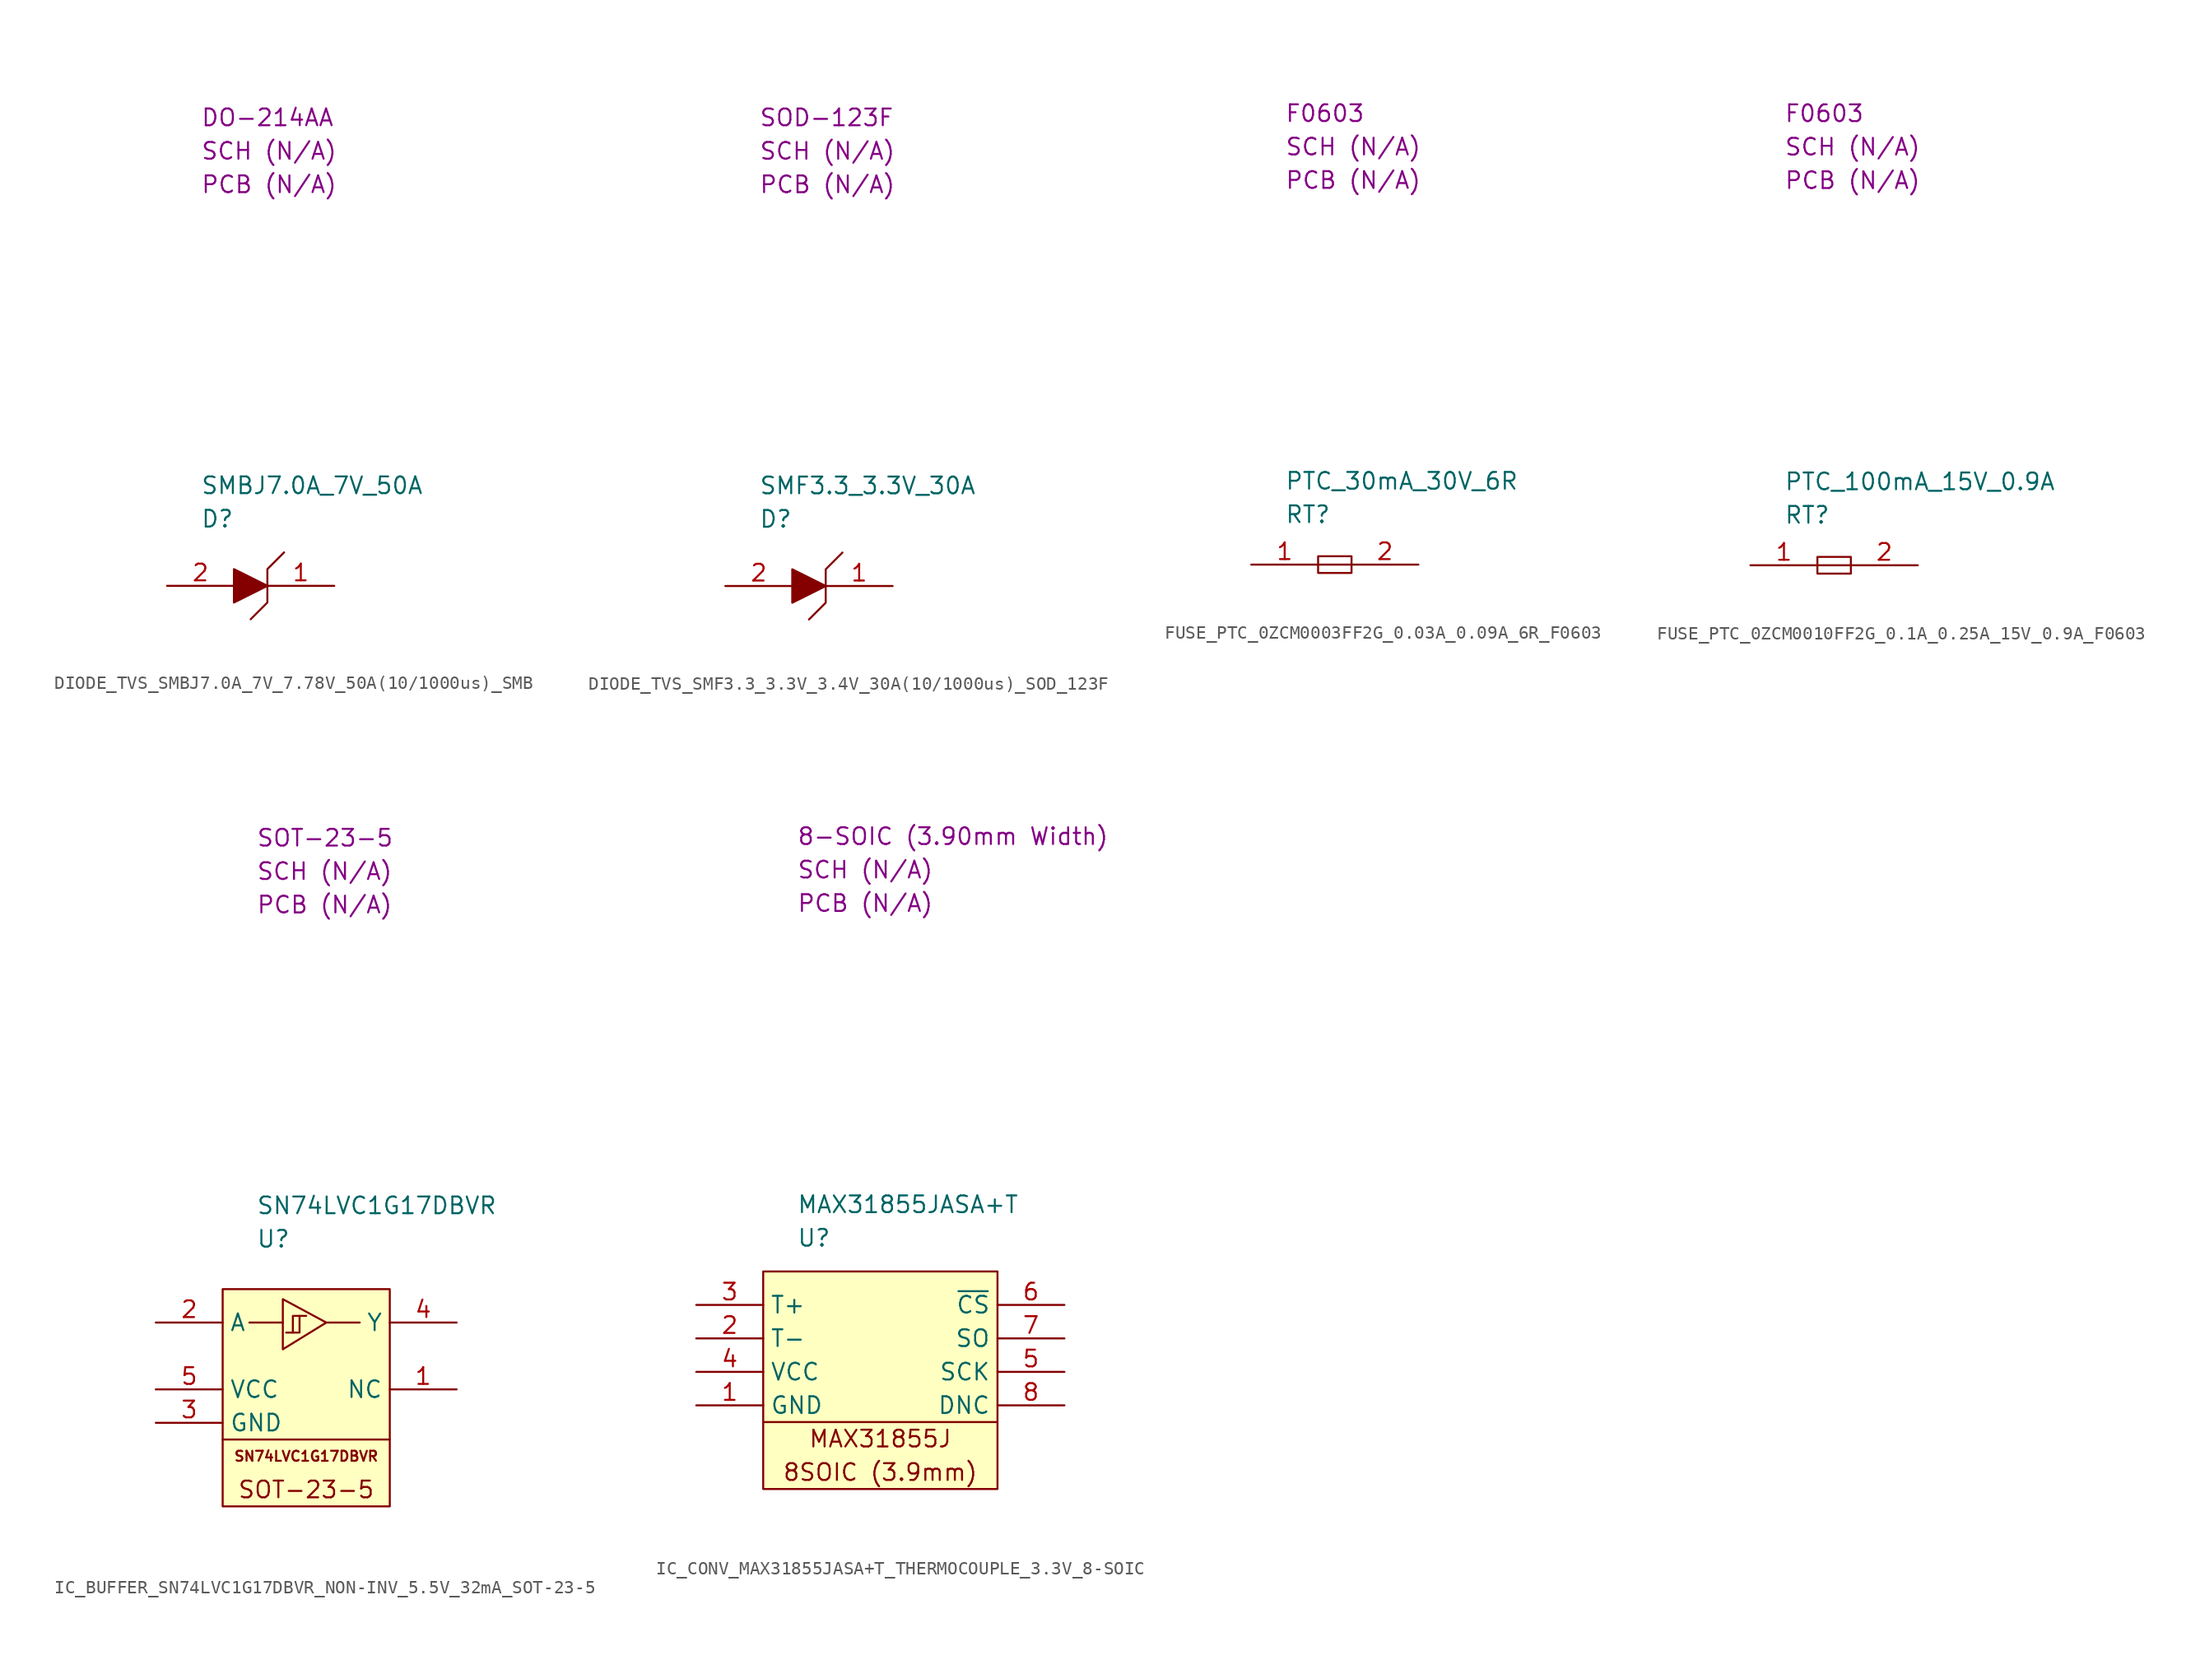
<source format=kicad_sym>
(kicad_symbol_lib
  (version 20220914)
  (generator kicad_symbol_editor)
  (symbol "DIODE_TVS_SMBJ7.0A_7V_7.78V_50A(10/1000us)_SMB"
    (property "Reference" "D"
      (at 2.54 5.08 0)
      (effects (font (size 1.27 1.27)) (justify left)))
    (property "Value" "SMBJ7.0A_7V_50A"
      (at 2.54 7.62 0)
      (effects (font (size 1.27 1.27)) (justify left)))
    (property "SCH CHECK" "SCH (N/A)"
      (at 2.54 33.02 0)
      (effects (font (size 1.27 1.27)) (justify left)))
    (property "Package" "DO-214AA"
      (at 2.54 35.56 0)
      (effects (font (size 1.27 1.27)) (justify left)))
    (property "PCB CHECk" "PCB (N/A)"
      (at 2.54 30.48 0)
      (effects (font (size 1.27 1.27)) (justify left)))
    (symbol "DIODE_TVS_SMBJ7.0A_7V_7.78V_50A(10/1000us)_SMB_0_1"
      (polyline (pts (xy 5.08 1.27) (xy 5.08 -1.27) (xy 7.62 0) (xy 5.08 1.27)) (stroke (width 0) (type default)) (fill (type outline)))
      (polyline (pts (xy 8.89 2.54) (xy 7.62 1.27) (xy 7.62 -1.27) (xy 6.35 -2.54)) (stroke (width 0) (type default)) (fill (type none))))
    (symbol "DIODE_TVS_SMBJ7.0A_7V_7.78V_50A(10/1000us)_SMB_1_1"
      (pin passive line (at 12.7 0 180) (length 5.08) (name "" (effects (font (size 1.27 1.27)))) (number "1" (effects (font (size 1.27 1.27)))))
      (pin passive line (at 0 0 0) (length 5.08) (name "" (effects (font (size 1.27 1.27)))) (number "2" (effects (font (size 1.27 1.27)))))))
  (symbol "DIODE_TVS_SMF3.3_3.3V_3.4V_30A(10/1000us)_SOD_123F"
    (property "Reference" "D"
      (at 2.54 5.08 0)
      (effects (font (size 1.27 1.27)) (justify left)))
    (property "Value" "SMF3.3_3.3V_30A"
      (at 2.54 7.62 0)
      (effects (font (size 1.27 1.27)) (justify left)))
    (property "SCH CHECK" "SCH (N/A)"
      (at 2.54 33.02 0)
      (effects (font (size 1.27 1.27)) (justify left)))
    (property "Package" "SOD-123F"
      (at 2.54 35.56 0)
      (effects (font (size 1.27 1.27)) (justify left)))
    (property "PCB CHECk" "PCB (N/A)"
      (at 2.54 30.48 0)
      (effects (font (size 1.27 1.27)) (justify left)))
    (symbol "DIODE_TVS_SMF3.3_3.3V_3.4V_30A(10/1000us)_SOD_123F_0_1"
      (polyline (pts (xy 5.08 1.27) (xy 5.08 -1.27) (xy 7.62 0) (xy 5.08 1.27)) (stroke (width 0) (type default)) (fill (type outline)))
      (polyline (pts (xy 8.89 2.54) (xy 7.62 1.27) (xy 7.62 -1.27) (xy 6.35 -2.54)) (stroke (width 0) (type default)) (fill (type none))))
    (symbol "DIODE_TVS_SMF3.3_3.3V_3.4V_30A(10/1000us)_SOD_123F_1_1"
      (pin passive line (at 12.7 0 180) (length 5.08) (name "" (effects (font (size 1.27 1.27)))) (number "1" (effects (font (size 1.27 1.27)))))
      (pin passive line (at 0 0 0) (length 5.08) (name "" (effects (font (size 1.27 1.27)))) (number "2" (effects (font (size 1.27 1.27)))))))
  (symbol "FUSE_PTC_0ZCM0003FF2G_0.03A_0.09A_6R_F0603"
    (property "Reference" "RT"
      (at 2.54 3.81 0)
      (effects (font (size 1.27 1.27)) (justify left)))
    (property "Value" "PTC_30mA_30V_6R"
      (at 2.54 6.35 0)
      (effects (font (size 1.27 1.27)) (justify left)))
    (property "SCH CHECK" "SCH (N/A)"
      (at 2.54 31.75 0)
      (effects (font (size 1.27 1.27)) (justify left)))
    (property "Package" "F0603"
      (at 2.54 34.29 0)
      (effects (font (size 1.27 1.27)) (justify left)))
    (property "PCB CHECk" "PCB (N/A)"
      (at 2.54 29.21 0)
      (effects (font (size 1.27 1.27)) (justify left)))
    (symbol "FUSE_PTC_0ZCM0003FF2G_0.03A_0.09A_6R_F0603_0_1"
      (polyline (pts (xy 5.08 0) (xy 7.62 0)) (stroke (width 0) (type default)) (fill (type none)))
      (rectangle (start 5.08 0.635) (end 7.62 -0.635) (stroke (width 0) (type default)) (fill (type none))))
    (symbol "FUSE_PTC_0ZCM0003FF2G_0.03A_0.09A_6R_F0603_1_1"
      (pin passive line (at 0 0 0) (length 5.08) (name "" (effects (font (size 1.27 1.27)))) (number "1" (effects (font (size 1.27 1.27)))))
      (pin passive line (at 12.7 0 180) (length 5.08) (name "" (effects (font (size 1.27 1.27)))) (number "2" (effects (font (size 1.27 1.27)))))))
  (symbol "FUSE_PTC_0ZCM0010FF2G_0.1A_0.25A_15V_0.9A_F0603"
    (property "Reference" "RT"
      (at 2.54 3.81 0)
      (effects (font (size 1.27 1.27)) (justify left)))
    (property "Value" "PTC_100mA_15V_0.9A"
      (at 2.54 6.35 0)
      (effects (font (size 1.27 1.27)) (justify left)))
    (property "SCH CHECK" "SCH (N/A)"
      (at 2.54 31.75 0)
      (effects (font (size 1.27 1.27)) (justify left)))
    (property "Package" "F0603"
      (at 2.54 34.29 0)
      (effects (font (size 1.27 1.27)) (justify left)))
    (property "PCB CHECk" "PCB (N/A)"
      (at 2.54 29.21 0)
      (effects (font (size 1.27 1.27)) (justify left)))
    (symbol "FUSE_PTC_0ZCM0010FF2G_0.1A_0.25A_15V_0.9A_F0603_0_1"
      (polyline (pts (xy 5.08 0) (xy 7.62 0)) (stroke (width 0) (type default)) (fill (type none)))
      (rectangle (start 5.08 0.635) (end 7.62 -0.635) (stroke (width 0) (type default)) (fill (type none))))
    (symbol "FUSE_PTC_0ZCM0010FF2G_0.1A_0.25A_15V_0.9A_F0603_1_1"
      (pin passive line (at 0 0 0) (length 5.08) (name "" (effects (font (size 1.27 1.27)))) (number "1" (effects (font (size 1.27 1.27)))))
      (pin passive line (at 12.7 0 180) (length 5.08) (name "" (effects (font (size 1.27 1.27)))) (number "2" (effects (font (size 1.27 1.27)))))))
  (symbol "IC_BUFFER_SN74LVC1G17DBVR_NON-INV_5.5V_32mA_SOT-23-5"
    (property "Reference" "U"
      (at 2.54 3.81 0)
      (effects (font (size 1.27 1.27)) (justify left)))
    (property "Value" "SN74LVC1G17DBVR"
      (at 2.54 6.35 0)
      (effects (font (size 1.27 1.27)) (justify left)))
    (property "SCH CHECK" "SCH (N/A)"
      (at 2.54 31.75 0)
      (effects (font (size 1.27 1.27)) (justify left)))
    (property "PCB CHECk" "PCB (N/A)"
      (at 2.54 29.21 0)
      (effects (font (size 1.27 1.27)) (justify left)))
    (property "Package" "SOT-23-5"
      (at 2.54 34.29 0)
      (effects (font (size 1.27 1.27)) (justify left)))
    (symbol "IC_BUFFER_SN74LVC1G17DBVR_NON-INV_5.5V_32mA_SOT-23-5_0_0"
      (text "SN74LVC1G17DBVR" (at 6.35 -12.7 0) (effects (font (size 0.762 0.762))))
      (text "SOT-23-5" (at 6.35 -15.24 0) (effects (font (size 1.27 1.27)))))
    (symbol "IC_BUFFER_SN74LVC1G17DBVR_NON-INV_5.5V_32mA_SOT-23-5_0_1"
      (polyline (pts (xy 0 -11.43) (xy 12.7 -11.43)) (stroke (width 0) (type default)) (fill (type none)))
      (polyline (pts (xy 4.572 -2.54) (xy 2.032 -2.54)) (stroke (width 0) (type default)) (fill (type none)))
      (polyline (pts (xy 7.874 -2.54) (xy 10.414 -2.54)) (stroke (width 0) (type default)) (fill (type none)))
      (polyline (pts (xy 5.334 -3.302) (xy 5.842 -3.302) (xy 5.842 -2.032)) (stroke (width 0) (type default)) (fill (type none)))
      (polyline (pts (xy 4.572 -0.762) (xy 4.572 -4.572) (xy 7.874 -2.54) (xy 4.572 -0.762)) (stroke (width 0) (type default)) (fill (type none)))
      (polyline (pts (xy 6.35 -2.032) (xy 5.334 -2.032) (xy 5.334 -3.302) (xy 4.826 -3.302)) (stroke (width 0) (type default)) (fill (type none)))
      (rectangle (start 0 0) (end 12.7 -16.51) (stroke (width 0) (type default)) (fill (type background))))
    (symbol "IC_BUFFER_SN74LVC1G17DBVR_NON-INV_5.5V_32mA_SOT-23-5_1_1"
      (pin passive line (at 17.78 -7.62 180) (length 5.08) (name "NC" (effects (font (size 1.27 1.27)))) (number "1" (effects (font (size 1.27 1.27)))))
      (pin passive line (at -5.08 -2.54 0) (length 5.08) (name "A" (effects (font (size 1.27 1.27)))) (number "2" (effects (font (size 1.27 1.27)))))
      (pin passive line (at -5.08 -10.16 0) (length 5.08) (name "GND" (effects (font (size 1.27 1.27)))) (number "3" (effects (font (size 1.27 1.27)))))
      (pin passive line (at 17.78 -2.54 180) (length 5.08) (name "Y" (effects (font (size 1.27 1.27)))) (number "4" (effects (font (size 1.27 1.27)))))
      (pin passive line (at -5.08 -7.62 0) (length 5.08) (name "VCC" (effects (font (size 1.27 1.27)))) (number "5" (effects (font (size 1.27 1.27)))))))
  (symbol "IC_CONV_MAX31855JASA+T_THERMOCOUPLE_3.3V_8-SOIC"
    (property "Reference" "U"
      (at 2.54 2.54 0)
      (effects (font (size 1.27 1.27)) (justify left)))
    (property "Value" "MAX31855JASA+T"
      (at 2.54 5.08 0)
      (effects (font (size 1.27 1.27)) (justify left)))
    (property "SCH CHECK" "SCH (N/A)"
      (at 2.54 30.48 0)
      (effects (font (size 1.27 1.27)) (justify left)))
    (property "Package" "8-SOIC (3.90mm Width)"
      (at 2.54 33.02 0)
      (effects (font (size 1.27 1.27)) (justify left)))
    (property "PCB CHECk" "PCB (N/A)"
      (at 2.54 27.94 0)
      (effects (font (size 1.27 1.27)) (justify left)))
    (symbol "IC_CONV_MAX31855JASA+T_THERMOCOUPLE_3.3V_8-SOIC_0_0"
      (text "8SOIC (3.9mm)" (at 8.89 -15.24 0) (effects (font (size 1.27 1.27))))
      (text "MAX31855J" (at 8.89 -12.7 0) (effects (font (size 1.27 1.27)))))
    (symbol "IC_CONV_MAX31855JASA+T_THERMOCOUPLE_3.3V_8-SOIC_0_1"
      (polyline (pts (xy 0 -11.43) (xy 17.78 -11.43)) (stroke (width 0) (type default)) (fill (type none)))
      (rectangle (start 0 0) (end 17.78 -16.51) (stroke (width 0) (type default)) (fill (type background))))
    (symbol "IC_CONV_MAX31855JASA+T_THERMOCOUPLE_3.3V_8-SOIC_1_1"
      (pin passive line (at -5.08 -10.16 0) (length 5.08) (name "GND" (effects (font (size 1.27 1.27)))) (number "1" (effects (font (size 1.27 1.27)))))
      (pin passive line (at -5.08 -5.08 0) (length 5.08) (name "T-" (effects (font (size 1.27 1.27)))) (number "2" (effects (font (size 1.27 1.27)))))
      (pin passive line (at -5.08 -2.54 0) (length 5.08) (name "T+" (effects (font (size 1.27 1.27)))) (number "3" (effects (font (size 1.27 1.27)))))
      (pin passive line (at -5.08 -7.62 0) (length 5.08) (name "VCC" (effects (font (size 1.27 1.27)))) (number "4" (effects (font (size 1.27 1.27)))))
      (pin passive line (at 22.86 -7.62 180) (length 5.08) (name "SCK" (effects (font (size 1.27 1.27)))) (number "5" (effects (font (size 1.27 1.27)))))
      (pin passive line (at 22.86 -2.54 180) (length 5.08) (name "~{CS}" (effects (font (size 1.27 1.27)))) (number "6" (effects (font (size 1.27 1.27)))))
      (pin passive line (at 22.86 -5.08 180) (length 5.08) (name "SO" (effects (font (size 1.27 1.27)))) (number "7" (effects (font (size 1.27 1.27)))))
      (pin passive line (at 22.86 -10.16 180) (length 5.08) (name "DNC" (effects (font (size 1.27 1.27)))) (number "8" (effects (font (size 1.27 1.27))))))))
</source>
